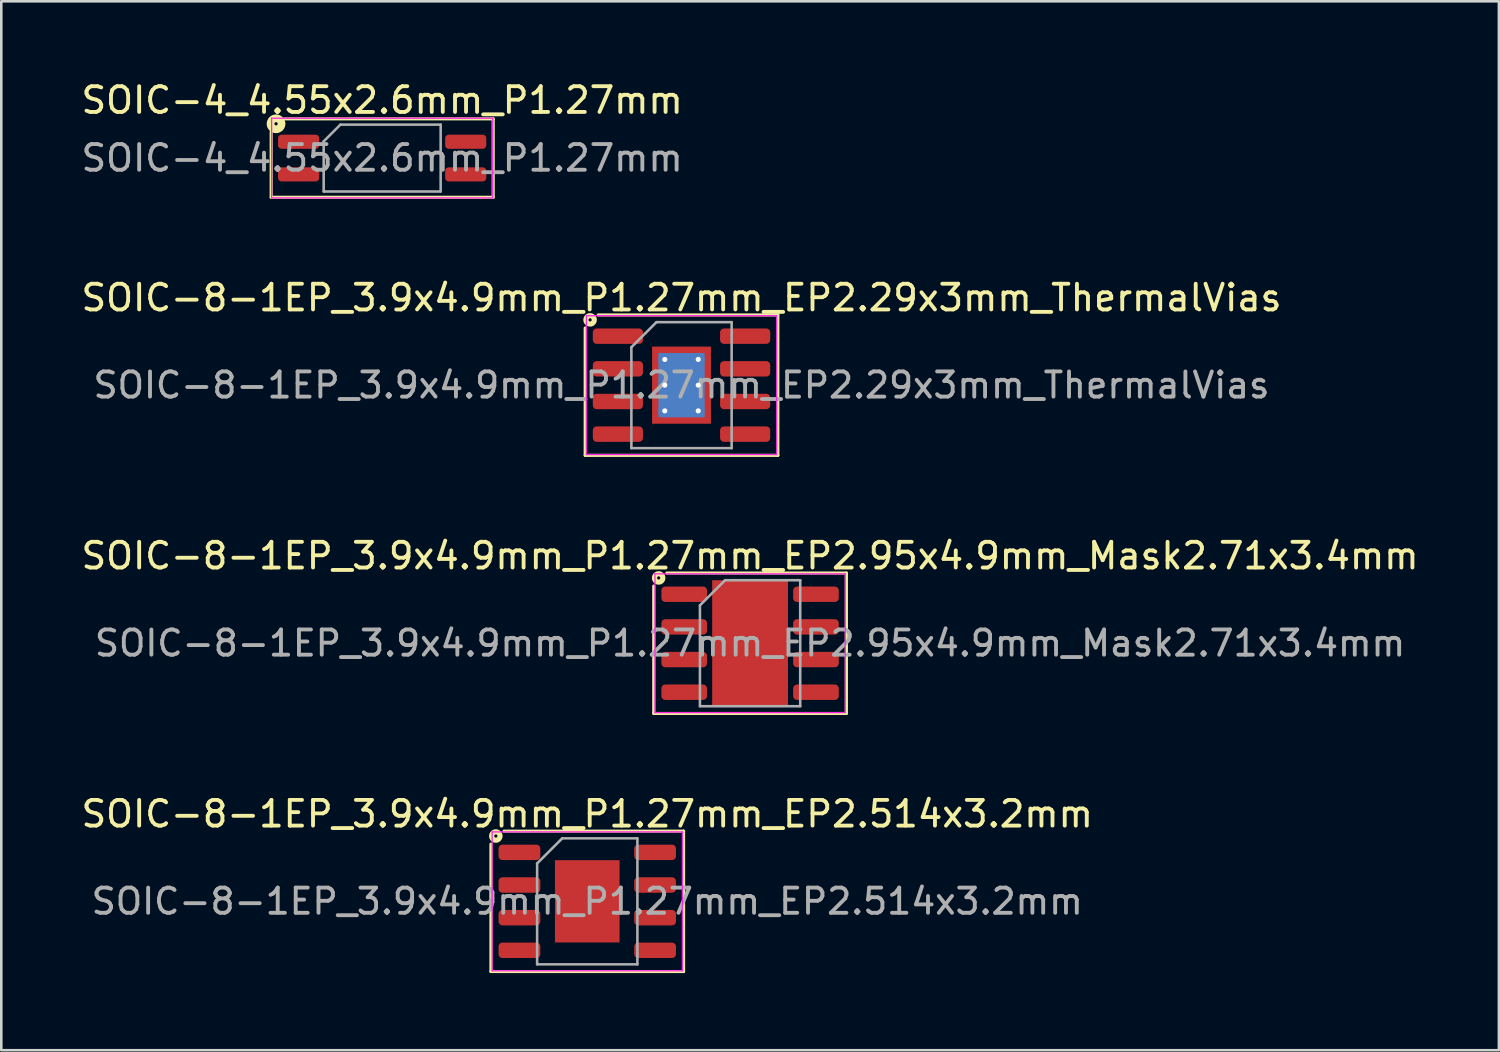
<source format=kicad_pcb>
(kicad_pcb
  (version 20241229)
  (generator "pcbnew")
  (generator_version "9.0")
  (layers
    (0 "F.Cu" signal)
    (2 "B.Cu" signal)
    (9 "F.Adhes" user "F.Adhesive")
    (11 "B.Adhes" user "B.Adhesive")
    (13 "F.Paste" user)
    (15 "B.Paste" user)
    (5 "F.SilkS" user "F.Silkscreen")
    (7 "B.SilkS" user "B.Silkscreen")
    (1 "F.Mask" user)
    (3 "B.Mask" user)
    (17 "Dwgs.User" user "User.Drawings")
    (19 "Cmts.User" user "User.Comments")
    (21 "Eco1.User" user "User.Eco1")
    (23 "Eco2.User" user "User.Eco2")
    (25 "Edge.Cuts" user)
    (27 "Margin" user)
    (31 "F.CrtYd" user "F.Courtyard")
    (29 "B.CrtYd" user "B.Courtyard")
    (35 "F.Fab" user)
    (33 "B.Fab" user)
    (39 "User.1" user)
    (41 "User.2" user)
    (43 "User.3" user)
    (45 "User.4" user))
  (footprint "SOIC-4_4.55x2.6mm_P1.27mm"
    (layer "F.Cu")
    (at 11.815 3.098)
    (property "Reference" "SOIC-4_4.55x2.6mm_P1.27mm" (at 0 -2.25 0) (layer "F.SilkS") (effects (font (size 1 1) (thickness 0.15))))
    (attr smd)
    (fp_line (start -4.318 -1.016) (end -4.318 1.524) (stroke (width 0.12) (type solid)) (layer "F.SilkS"))
    (fp_line (start -4.318 1.524) (end 4.318 1.524) (stroke (width 0.12) (type solid)) (layer "F.SilkS"))
    (fp_line (start 4.318 -1.524) (end -3.81 -1.524) (stroke (width 0.12) (type solid)) (layer "F.SilkS"))
    (fp_line (start 4.318 1.524) (end 4.318 -1.524) (stroke (width 0.12) (type solid)) (layer "F.SilkS"))
    (fp_circle (center -4.128 -1.333) (end -4.064 -1.333) (stroke (width 0.3) (type solid)) (fill no) (layer "F.SilkS"))
    (fp_line (start -4.3 -1.55) (end -4.3 1.55) (stroke (width 0.05) (type solid)) (layer "F.CrtYd"))
    (fp_line (start -4.3 1.55) (end 4.3 1.55) (stroke (width 0.05) (type solid)) (layer "F.CrtYd"))
    (fp_line (start 4.3 -1.55) (end -4.3 -1.55) (stroke (width 0.05) (type solid)) (layer "F.CrtYd"))
    (fp_line (start 4.3 1.55) (end 4.3 -1.55) (stroke (width 0.05) (type solid)) (layer "F.CrtYd"))
    (fp_line (start -2.275 -0.65) (end -1.625 -1.3) (stroke (width 0.1) (type solid)) (layer "F.Fab"))
    (fp_line (start -2.275 1.3) (end -2.275 -0.65) (stroke (width 0.1) (type solid)) (layer "F.Fab"))
    (fp_line (start -1.625 -1.3) (end 2.275 -1.3) (stroke (width 0.1) (type solid)) (layer "F.Fab"))
    (fp_line (start 2.275 -1.3) (end 2.275 1.3) (stroke (width 0.1) (type solid)) (layer "F.Fab"))
    (fp_line (start 2.275 1.3) (end -2.275 1.3) (stroke (width 0.1) (type solid)) (layer "F.Fab"))
    (fp_text user "${REFERENCE}" (at 0 0 0) (layer "F.Fab") (effects (font (size 1 1) (thickness 0.15))))
    (pad "1" smd roundrect (at -3.25 -0.635) (size 1.6 0.55) (layers "F.Cu" "F.Mask" "F.Paste") (roundrect_rratio 0.25))
    (pad "2" smd roundrect (at -3.25 0.635) (size 1.6 0.55) (layers "F.Cu" "F.Mask" "F.Paste") (roundrect_rratio 0.25))
    (pad "3" smd roundrect (at 3.25 0.635) (size 1.6 0.55) (layers "F.Cu" "F.Mask" "F.Paste") (roundrect_rratio 0.25))
    (pad "4" smd roundrect (at 3.25 -0.635) (size 1.6 0.55) (layers "F.Cu" "F.Mask" "F.Paste") (roundrect_rratio 0.25)))
  (footprint "SOIC-8-1EP_3.9x4.9mm_P1.27mm_EP2.95x4.9mm_Mask2.71x3.4mm"
    (layer "F.Cu")
    (at 26.125 21.969)
    (property "Reference" "SOIC-8-1EP_3.9x4.9mm_P1.27mm_EP2.95x4.9mm_Mask2.71x3.4mm" (at 0 -3.4 0) (layer "F.SilkS") (effects (font (size 1 1) (thickness 0.15))))
    (attr smd)
    (fp_line (start -3.747 -2.223) (end -3.747 2.731) (stroke (width 0.12) (type solid)) (layer "F.SilkS"))
    (fp_line (start -3.747 2.731) (end 3.747 2.731) (stroke (width 0.12) (type solid)) (layer "F.SilkS"))
    (fp_line (start 3.747 -2.731) (end -3.239 -2.731) (stroke (width 0.12) (type solid)) (layer "F.SilkS"))
    (fp_line (start 3.747 2.731) (end 3.747 -2.731) (stroke (width 0.12) (type solid)) (layer "F.SilkS"))
    (fp_circle (center -3.556 -2.54) (end -3.493 -2.54) (stroke (width 0.2) (type solid)) (fill no) (layer "F.SilkS"))
    (fp_line (start -3.7 -2.7) (end -3.7 2.7) (stroke (width 0.05) (type solid)) (layer "F.CrtYd"))
    (fp_line (start -3.7 2.7) (end 3.7 2.7) (stroke (width 0.05) (type solid)) (layer "F.CrtYd"))
    (fp_line (start 3.7 -2.7) (end -3.7 -2.7) (stroke (width 0.05) (type solid)) (layer "F.CrtYd"))
    (fp_line (start 3.7 2.7) (end 3.7 -2.7) (stroke (width 0.05) (type solid)) (layer "F.CrtYd"))
    (fp_line (start -1.95 -1.475) (end -0.975 -2.45) (stroke (width 0.1) (type solid)) (layer "F.Fab"))
    (fp_line (start -1.95 2.45) (end -1.95 -1.475) (stroke (width 0.1) (type solid)) (layer "F.Fab"))
    (fp_line (start -0.975 -2.45) (end 1.95 -2.45) (stroke (width 0.1) (type solid)) (layer "F.Fab"))
    (fp_line (start 1.95 -2.45) (end 1.95 2.45) (stroke (width 0.1) (type solid)) (layer "F.Fab"))
    (fp_line (start 1.95 2.45) (end -1.95 2.45) (stroke (width 0.1) (type solid)) (layer "F.Fab"))
    (fp_text user "${REFERENCE}" (at 0 0 0) (layer "F.Fab") (effects (font (size 0.98 0.98) (thickness 0.15))))
    (pad "" smd roundrect (at -0.68 -0.85) (size 1.09 1.37) (layers "F.Paste") (roundrect_rratio 0.229))
    (pad "" smd roundrect (at -0.68 0.85) (size 1.09 1.37) (layers "F.Paste") (roundrect_rratio 0.229))
    (pad "" smd rect (at 0 0) (size 2.71 3.4) (layers "F.Mask"))
    (pad "" smd roundrect (at 0.68 -0.85) (size 1.09 1.37) (layers "F.Paste") (roundrect_rratio 0.229))
    (pad "" smd roundrect (at 0.68 0.85) (size 1.09 1.37) (layers "F.Paste") (roundrect_rratio 0.229))
    (pad "1" smd roundrect (at -2.562 -1.905) (size 1.775 0.6) (layers "F.Cu" "F.Mask" "F.Paste") (roundrect_rratio 0.25))
    (pad "2" smd roundrect (at -2.562 -0.635) (size 1.775 0.6) (layers "F.Cu" "F.Mask" "F.Paste") (roundrect_rratio 0.25))
    (pad "3" smd roundrect (at -2.562 0.635) (size 1.775 0.6) (layers "F.Cu" "F.Mask" "F.Paste") (roundrect_rratio 0.25))
    (pad "4" smd roundrect (at -2.562 1.905) (size 1.775 0.6) (layers "F.Cu" "F.Mask" "F.Paste") (roundrect_rratio 0.25))
    (pad "5" smd roundrect (at 2.562 1.905) (size 1.775 0.6) (layers "F.Cu" "F.Mask" "F.Paste") (roundrect_rratio 0.25))
    (pad "6" smd roundrect (at 2.562 0.635) (size 1.775 0.6) (layers "F.Cu" "F.Mask" "F.Paste") (roundrect_rratio 0.25))
    (pad "7" smd roundrect (at 2.562 -0.635) (size 1.775 0.6) (layers "F.Cu" "F.Mask" "F.Paste") (roundrect_rratio 0.25))
    (pad "8" smd roundrect (at 2.562 -1.905) (size 1.775 0.6) (layers "F.Cu" "F.Mask" "F.Paste") (roundrect_rratio 0.25))
    (pad "9" smd rect (at 0 0) (size 2.95 4.9) (layers "F.Cu")))
  (footprint "SOIC-8-1EP_3.9x4.9mm_P1.27mm_EP2.29x3mm_ThermalVias"
    (layer "F.Cu")
    (at 23.458 11.931)
    (property "Reference" "SOIC-8-1EP_3.9x4.9mm_P1.27mm_EP2.29x3mm_ThermalVias" (at 0 -3.4 0) (layer "F.SilkS") (effects (font (size 1 1) (thickness 0.15))))
    (attr smd)
    (fp_line (start -3.747 -2.223) (end -3.747 2.731) (stroke (width 0.12) (type solid)) (layer "F.SilkS"))
    (fp_line (start -3.747 2.731) (end 3.747 2.731) (stroke (width 0.12) (type solid)) (layer "F.SilkS"))
    (fp_line (start 3.747 -2.731) (end -3.239 -2.731) (stroke (width 0.12) (type solid)) (layer "F.SilkS"))
    (fp_line (start 3.747 2.731) (end 3.747 -2.731) (stroke (width 0.12) (type solid)) (layer "F.SilkS"))
    (fp_circle (center -3.556 -2.54) (end -3.493 -2.54) (stroke (width 0.2) (type solid)) (fill no) (layer "F.SilkS"))
    (fp_line (start -3.7 -2.7) (end -3.7 2.7) (stroke (width 0.05) (type solid)) (layer "F.CrtYd"))
    (fp_line (start -3.7 2.7) (end 3.7 2.7) (stroke (width 0.05) (type solid)) (layer "F.CrtYd"))
    (fp_line (start 3.7 -2.7) (end -3.7 -2.7) (stroke (width 0.05) (type solid)) (layer "F.CrtYd"))
    (fp_line (start 3.7 2.7) (end 3.7 -2.7) (stroke (width 0.05) (type solid)) (layer "F.CrtYd"))
    (fp_line (start -1.95 -1.475) (end -0.975 -2.45) (stroke (width 0.1) (type solid)) (layer "F.Fab"))
    (fp_line (start -1.95 2.45) (end -1.95 -1.475) (stroke (width 0.1) (type solid)) (layer "F.Fab"))
    (fp_line (start -0.975 -2.45) (end 1.95 -2.45) (stroke (width 0.1) (type solid)) (layer "F.Fab"))
    (fp_line (start 1.95 -2.45) (end 1.95 2.45) (stroke (width 0.1) (type solid)) (layer "F.Fab"))
    (fp_line (start 1.95 2.45) (end -1.95 2.45) (stroke (width 0.1) (type solid)) (layer "F.Fab"))
    (fp_text user "${REFERENCE}" (at 0 0 0) (layer "F.Fab") (effects (font (size 0.98 0.98) (thickness 0.15))))
    (pad "" smd roundrect (at -0.57 -0.75) (size 0.96 1.25) (layers "F.Paste") (roundrect_rratio 0.25))
    (pad "" smd roundrect (at -0.57 0.75) (size 0.96 1.25) (layers "F.Paste") (roundrect_rratio 0.25))
    (pad "" smd roundrect (at 0.57 -0.75) (size 0.96 1.25) (layers "F.Paste") (roundrect_rratio 0.25))
    (pad "" smd roundrect (at 0.57 0.75) (size 0.96 1.25) (layers "F.Paste") (roundrect_rratio 0.25))
    (pad "1" smd roundrect (at -2.475 -1.905) (size 1.95 0.6) (layers "F.Cu" "F.Mask" "F.Paste") (roundrect_rratio 0.25))
    (pad "2" smd roundrect (at -2.475 -0.635) (size 1.95 0.6) (layers "F.Cu" "F.Mask" "F.Paste") (roundrect_rratio 0.25))
    (pad "3" smd roundrect (at -2.475 0.635) (size 1.95 0.6) (layers "F.Cu" "F.Mask" "F.Paste") (roundrect_rratio 0.25))
    (pad "4" smd roundrect (at -2.475 1.905) (size 1.95 0.6) (layers "F.Cu" "F.Mask" "F.Paste") (roundrect_rratio 0.25))
    (pad "5" smd roundrect (at 2.475 1.905) (size 1.95 0.6) (layers "F.Cu" "F.Mask" "F.Paste") (roundrect_rratio 0.25))
    (pad "6" smd roundrect (at 2.475 0.635) (size 1.95 0.6) (layers "F.Cu" "F.Mask" "F.Paste") (roundrect_rratio 0.25))
    (pad "7" smd roundrect (at 2.475 -0.635) (size 1.95 0.6) (layers "F.Cu" "F.Mask" "F.Paste") (roundrect_rratio 0.25))
    (pad "8" smd roundrect (at 2.475 -1.905) (size 1.95 0.6) (layers "F.Cu" "F.Mask" "F.Paste") (roundrect_rratio 0.25))
    (pad "9" thru_hole circle (at -0.65 -1) (size 0.5 0.5) (drill 0.2) (layers "*.Cu"))
    (pad "9" thru_hole circle (at -0.65 0) (size 0.5 0.5) (drill 0.2) (layers "*.Cu"))
    (pad "9" thru_hole circle (at -0.65 1) (size 0.5 0.5) (drill 0.2) (layers "*.Cu"))
    (pad "9" smd rect (at 0 0) (size 1.8 2.5) (layers "B.Cu" "B.Mask"))
    (pad "9" smd rect (at 0 0) (size 2.29 3) (layers "F.Cu" "F.Mask"))
    (pad "9" thru_hole circle (at 0.65 -1) (size 0.5 0.5) (drill 0.2) (layers "*.Cu"))
    (pad "9" thru_hole circle (at 0.65 0) (size 0.5 0.5) (drill 0.2) (layers "*.Cu"))
    (pad "9" thru_hole circle (at 0.65 1) (size 0.5 0.5) (drill 0.2) (layers "*.Cu")))
  (footprint "SOIC-8-1EP_3.9x4.9mm_P1.27mm_EP2.514x3.2mm"
    (layer "F.Cu")
    (at 19.792 32.008)
    (property "Reference" "SOIC-8-1EP_3.9x4.9mm_P1.27mm_EP2.514x3.2mm" (at 0 -3.4 0) (layer "F.SilkS") (effects (font (size 1 1) (thickness 0.15))))
    (attr smd)
    (fp_line (start -3.747 -2.223) (end -3.747 2.731) (stroke (width 0.12) (type solid)) (layer "F.SilkS"))
    (fp_line (start -3.747 2.731) (end 3.747 2.731) (stroke (width 0.12) (type solid)) (layer "F.SilkS"))
    (fp_line (start 3.747 -2.731) (end -3.239 -2.731) (stroke (width 0.12) (type solid)) (layer "F.SilkS"))
    (fp_line (start 3.747 2.731) (end 3.747 -2.731) (stroke (width 0.12) (type solid)) (layer "F.SilkS"))
    (fp_circle (center -3.556 -2.54) (end -3.493 -2.54) (stroke (width 0.2) (type solid)) (fill no) (layer "F.SilkS"))
    (fp_line (start -3.7 -2.7) (end -3.7 2.7) (stroke (width 0.05) (type solid)) (layer "F.CrtYd"))
    (fp_line (start -3.7 2.7) (end 3.7 2.7) (stroke (width 0.05) (type solid)) (layer "F.CrtYd"))
    (fp_line (start 3.7 -2.7) (end -3.7 -2.7) (stroke (width 0.05) (type solid)) (layer "F.CrtYd"))
    (fp_line (start 3.7 2.7) (end 3.7 -2.7) (stroke (width 0.05) (type solid)) (layer "F.CrtYd"))
    (fp_line (start -1.95 -1.475) (end -0.975 -2.45) (stroke (width 0.1) (type solid)) (layer "F.Fab"))
    (fp_line (start -1.95 2.45) (end -1.95 -1.475) (stroke (width 0.1) (type solid)) (layer "F.Fab"))
    (fp_line (start -0.975 -2.45) (end 1.95 -2.45) (stroke (width 0.1) (type solid)) (layer "F.Fab"))
    (fp_line (start 1.95 -2.45) (end 1.95 2.45) (stroke (width 0.1) (type solid)) (layer "F.Fab"))
    (fp_line (start 1.95 2.45) (end -1.95 2.45) (stroke (width 0.1) (type solid)) (layer "F.Fab"))
    (fp_text user "${REFERENCE}" (at 0 0 0) (layer "F.Fab") (effects (font (size 0.98 0.98) (thickness 0.15))))
    (pad "" smd roundrect (at -0.63 -0.8) (size 1.01 1.29) (layers "F.Paste") (roundrect_rratio 0.248))
    (pad "" smd roundrect (at -0.63 0.8) (size 1.01 1.29) (layers "F.Paste") (roundrect_rratio 0.248))
    (pad "" smd roundrect (at 0.63 -0.8) (size 1.01 1.29) (layers "F.Paste") (roundrect_rratio 0.248))
    (pad "" smd roundrect (at 0.63 0.8) (size 1.01 1.29) (layers "F.Paste") (roundrect_rratio 0.248))
    (pad "1" smd roundrect (at -2.638 -1.905) (size 1.625 0.6) (layers "F.Cu" "F.Mask" "F.Paste") (roundrect_rratio 0.25))
    (pad "2" smd roundrect (at -2.638 -0.635) (size 1.625 0.6) (layers "F.Cu" "F.Mask" "F.Paste") (roundrect_rratio 0.25))
    (pad "3" smd roundrect (at -2.638 0.635) (size 1.625 0.6) (layers "F.Cu" "F.Mask" "F.Paste") (roundrect_rratio 0.25))
    (pad "4" smd roundrect (at -2.638 1.905) (size 1.625 0.6) (layers "F.Cu" "F.Mask" "F.Paste") (roundrect_rratio 0.25))
    (pad "5" smd roundrect (at 2.638 1.905) (size 1.625 0.6) (layers "F.Cu" "F.Mask" "F.Paste") (roundrect_rratio 0.25))
    (pad "6" smd roundrect (at 2.638 0.635) (size 1.625 0.6) (layers "F.Cu" "F.Mask" "F.Paste") (roundrect_rratio 0.25))
    (pad "7" smd roundrect (at 2.638 -0.635) (size 1.625 0.6) (layers "F.Cu" "F.Mask" "F.Paste") (roundrect_rratio 0.25))
    (pad "8" smd roundrect (at 2.638 -1.905) (size 1.625 0.6) (layers "F.Cu" "F.Mask" "F.Paste") (roundrect_rratio 0.25))
    (pad "9" smd rect (at 0 0) (size 2.514 3.2) (layers "F.Cu" "F.Mask")))
  (gr_rect
    (start -3 -3)
    (end 55.25 37.798)
    (stroke (width 0.1) (type default))
    (fill no)
    (layer "Edge.Cuts")))
</source>
